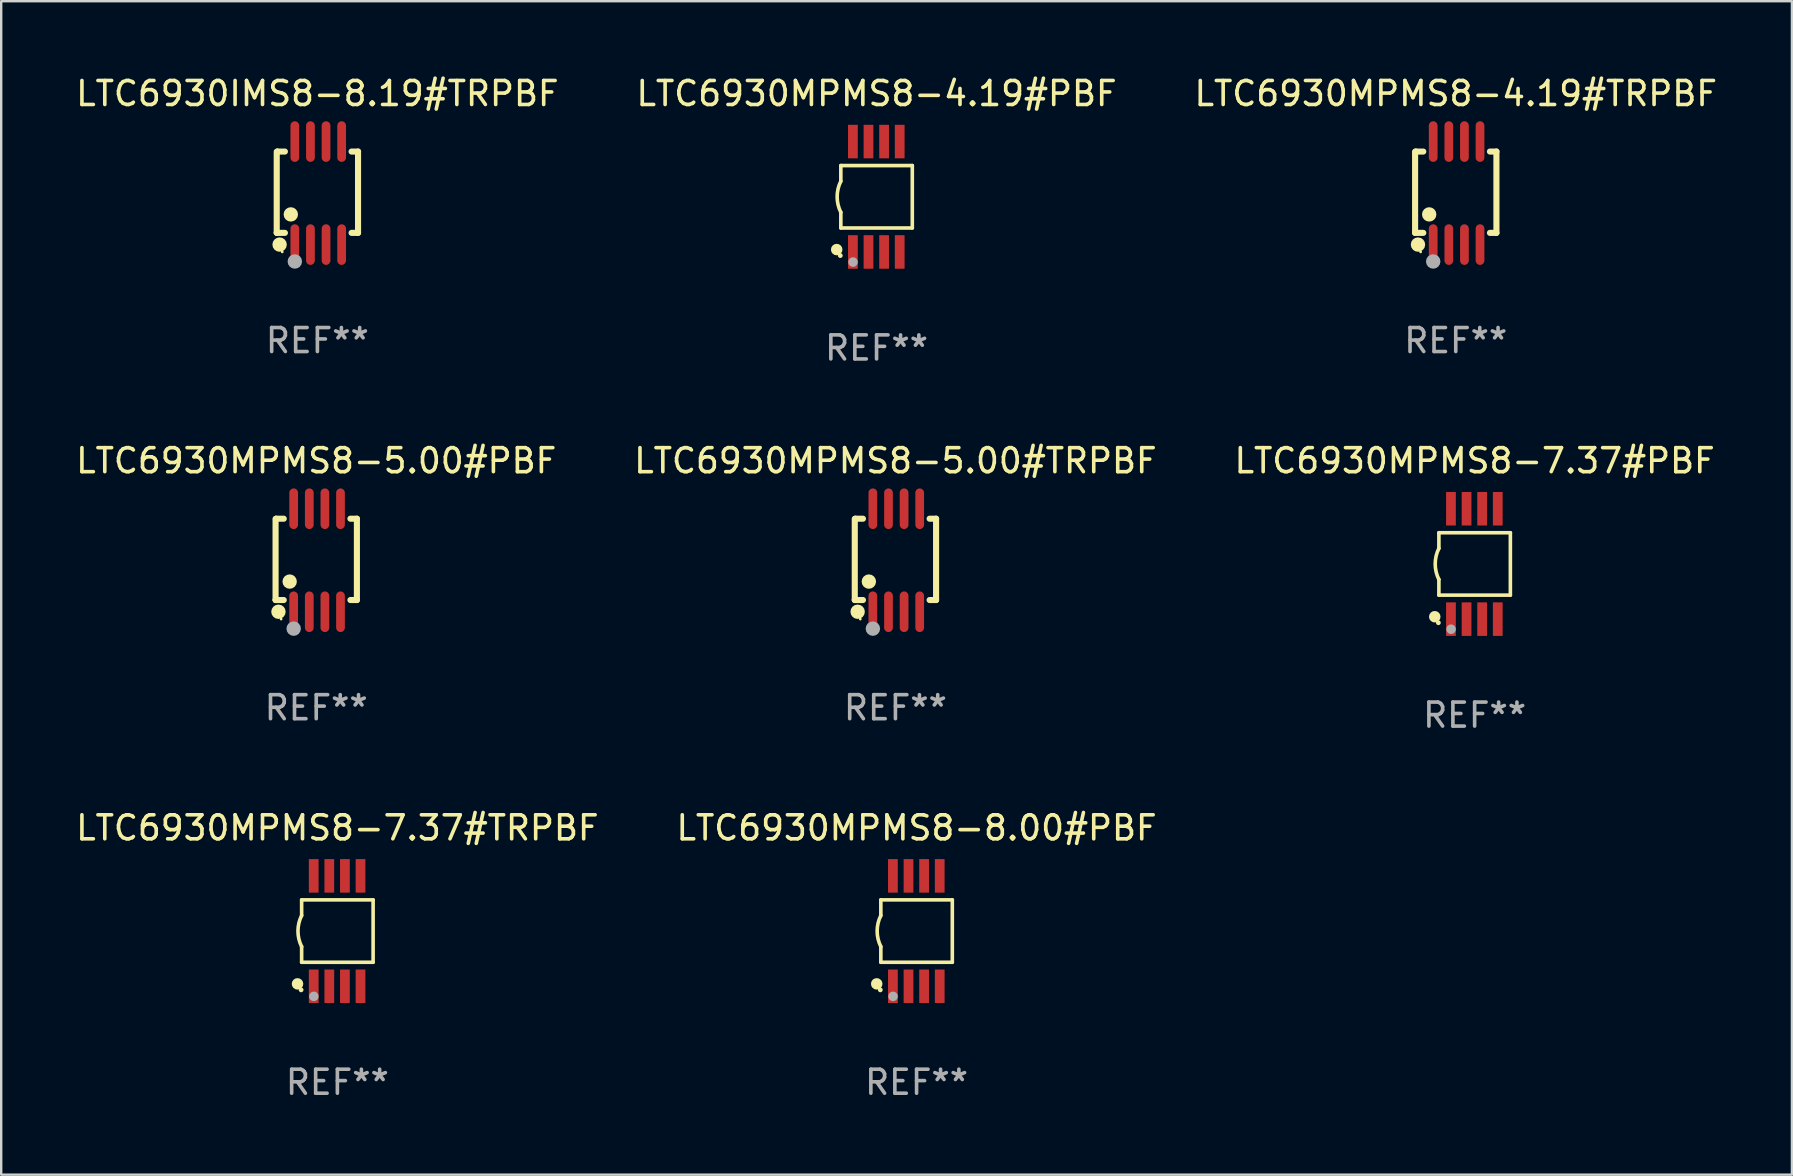
<source format=kicad_pcb>
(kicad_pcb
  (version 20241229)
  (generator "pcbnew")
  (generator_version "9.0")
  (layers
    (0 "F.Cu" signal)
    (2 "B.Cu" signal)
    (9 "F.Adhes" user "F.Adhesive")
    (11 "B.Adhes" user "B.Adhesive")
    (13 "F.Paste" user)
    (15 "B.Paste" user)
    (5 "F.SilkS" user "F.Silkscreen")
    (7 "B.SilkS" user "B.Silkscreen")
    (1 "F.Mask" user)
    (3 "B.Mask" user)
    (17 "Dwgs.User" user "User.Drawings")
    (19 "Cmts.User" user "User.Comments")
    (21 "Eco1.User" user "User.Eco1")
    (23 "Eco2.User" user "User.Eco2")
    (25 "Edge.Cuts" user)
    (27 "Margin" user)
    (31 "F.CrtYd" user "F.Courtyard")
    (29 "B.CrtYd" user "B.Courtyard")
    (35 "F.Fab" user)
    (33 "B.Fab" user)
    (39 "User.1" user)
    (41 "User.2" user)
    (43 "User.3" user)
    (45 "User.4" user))
  (footprint "LTC6930MPMS8-4.19#PBF"
    (layer "F.Cu")
    (at 33.47 5.148)
    (property "Reference" "LTC6930MPMS8-4.19#PBF" (at 0 -4.3 0) (layer "F.SilkS") (effects (font (size 1 1) (thickness 0.15))))
    (attr through_hole)
    (fp_line (start -1.489 -1.3) (end -1.489 -0.648) (stroke (width 0.15) (type solid)) (layer "F.SilkS"))
    (fp_line (start -1.489 0.648) (end -1.489 1.3) (stroke (width 0.15) (type solid)) (layer "F.SilkS"))
    (fp_line (start -1.489 1.3) (end 1.489 1.3) (stroke (width 0.15) (type solid)) (layer "F.SilkS"))
    (fp_line (start 1.489 -1.3) (end -1.489 -1.3) (stroke (width 0.15) (type solid)) (layer "F.SilkS"))
    (fp_line (start 1.489 1.3) (end 1.489 -1.3) (stroke (width 0.15) (type solid)) (layer "F.SilkS"))
    (fp_arc (start -1.489205 0.647702) (mid -1.642107 0) (end -1.489205 -0.647701) (stroke (width 0.150013) (type solid)) (layer "F.SilkS"))
    (fp_circle (center -1.661 2.2) (end -1.541 2.2) (stroke (width 0.24) (type solid)) (fill no) (layer "F.SilkS"))
    (fp_circle (center -1.511 2.45) (end -1.461 2.45) (stroke (width 0.1) (type solid)) (fill no) (layer "F.SilkS"))
    (fp_circle (center -0.981 2.72) (end -0.881 2.72) (stroke (width 0.2) (type solid)) (fill no) (layer "F.Fab"))
    (fp_text user "REF**" (at 0 6.3 0) (layer "F.Fab") (effects (font (size 1 1) (thickness 0.15))))
    (pad "1" smd rect (at -0.986 2.3) (size 0.406 1.397) (layers "F.Cu" "F.Mask" "F.Paste"))
    (pad "2" smd rect (at -0.336 2.3) (size 0.406 1.397) (layers "F.Cu" "F.Mask" "F.Paste"))
    (pad "3" smd rect (at 0.314 2.3) (size 0.406 1.397) (layers "F.Cu" "F.Mask" "F.Paste"))
    (pad "4" smd rect (at 0.964 2.3) (size 0.406 1.397) (layers "F.Cu" "F.Mask" "F.Paste"))
    (pad "5" smd rect (at 0.964 -2.3) (size 0.406 1.397) (layers "F.Cu" "F.Mask" "F.Paste"))
    (pad "6" smd rect (at 0.314 -2.3) (size 0.406 1.397) (layers "F.Cu" "F.Mask" "F.Paste"))
    (pad "7" smd rect (at -0.336 -2.3) (size 0.406 1.397) (layers "F.Cu" "F.Mask" "F.Paste"))
    (pad "8" smd rect (at -0.986 -2.3) (size 0.406 1.397) (layers "F.Cu" "F.Mask" "F.Paste")))
  (footprint "LTC6930MPMS8-8.00#PBF"
    (layer "F.Cu")
    (at 35.137 35.741)
    (property "Reference" "LTC6930MPMS8-8.00#PBF" (at 0 -4.3 0) (layer "F.SilkS") (effects (font (size 1 1) (thickness 0.15))))
    (attr through_hole)
    (fp_line (start -1.489 -1.3) (end -1.489 -0.648) (stroke (width 0.15) (type solid)) (layer "F.SilkS"))
    (fp_line (start -1.489 0.648) (end -1.489 1.3) (stroke (width 0.15) (type solid)) (layer "F.SilkS"))
    (fp_line (start -1.489 1.3) (end 1.489 1.3) (stroke (width 0.15) (type solid)) (layer "F.SilkS"))
    (fp_line (start 1.489 -1.3) (end -1.489 -1.3) (stroke (width 0.15) (type solid)) (layer "F.SilkS"))
    (fp_line (start 1.489 1.3) (end 1.489 -1.3) (stroke (width 0.15) (type solid)) (layer "F.SilkS"))
    (fp_arc (start -1.489205 0.647702) (mid -1.642107 0) (end -1.489205 -0.647701) (stroke (width 0.150013) (type solid)) (layer "F.SilkS"))
    (fp_circle (center -1.661 2.2) (end -1.541 2.2) (stroke (width 0.24) (type solid)) (fill no) (layer "F.SilkS"))
    (fp_circle (center -1.511 2.45) (end -1.461 2.45) (stroke (width 0.1) (type solid)) (fill no) (layer "F.SilkS"))
    (fp_circle (center -0.981 2.72) (end -0.881 2.72) (stroke (width 0.2) (type solid)) (fill no) (layer "F.Fab"))
    (fp_text user "REF**" (at 0 6.3 0) (layer "F.Fab") (effects (font (size 1 1) (thickness 0.15))))
    (pad "1" smd rect (at -0.986 2.3) (size 0.406 1.397) (layers "F.Cu" "F.Mask" "F.Paste"))
    (pad "2" smd rect (at -0.336 2.3) (size 0.406 1.397) (layers "F.Cu" "F.Mask" "F.Paste"))
    (pad "3" smd rect (at 0.314 2.3) (size 0.406 1.397) (layers "F.Cu" "F.Mask" "F.Paste"))
    (pad "4" smd rect (at 0.964 2.3) (size 0.406 1.397) (layers "F.Cu" "F.Mask" "F.Paste"))
    (pad "5" smd rect (at 0.964 -2.3) (size 0.406 1.397) (layers "F.Cu" "F.Mask" "F.Paste"))
    (pad "6" smd rect (at 0.314 -2.3) (size 0.406 1.397) (layers "F.Cu" "F.Mask" "F.Paste"))
    (pad "7" smd rect (at -0.336 -2.3) (size 0.406 1.397) (layers "F.Cu" "F.Mask" "F.Paste"))
    (pad "8" smd rect (at -0.986 -2.3) (size 0.406 1.397) (layers "F.Cu" "F.Mask" "F.Paste")))
  (footprint "LTC6930MPMS8-4.19#TRPBF"
    (layer "F.Cu")
    (at 57.601 4.994)
    (property "Reference" "LTC6930MPMS8-4.19#TRPBF" (at 0 -4.146 0) (layer "F.SilkS") (effects (font (size 1 1) (thickness 0.15))))
    (attr through_hole)
    (fp_line (start -1.694 -1.724) (end -1.694 1.652) (stroke (width 0.254) (type solid)) (layer "F.SilkS"))
    (fp_line (start -1.694 1.652) (end -1.688 1.658) (stroke (width 0.254) (type solid)) (layer "F.SilkS"))
    (fp_line (start -1.688 1.658) (end -1.353 1.658) (stroke (width 0.254) (type solid)) (layer "F.SilkS"))
    (fp_line (start -1.661 -1.73) (end -1.681 -1.71) (stroke (width 0.254) (type solid)) (layer "F.SilkS"))
    (fp_line (start -1.353 -1.73) (end -1.661 -1.73) (stroke (width 0.254) (type solid)) (layer "F.SilkS"))
    (fp_line (start 1.424 1.658) (end 1.694 1.658) (stroke (width 0.254) (type solid)) (layer "F.SilkS"))
    (fp_line (start 1.694 -1.73) (end 1.424 -1.73) (stroke (width 0.254) (type solid)) (layer "F.SilkS"))
    (fp_line (start 1.694 1.658) (end 1.694 -1.73) (stroke (width 0.254) (type solid)) (layer "F.SilkS"))
    (fp_circle (center -1.574 2.146) (end -1.424 2.146) (stroke (width 0.3) (type solid)) (fill no) (layer "F.SilkS"))
    (fp_circle (center -1.464 2.45) (end -1.434 2.45) (stroke (width 0.06) (type solid)) (fill no) (layer "F.SilkS"))
    (fp_circle (center -1.107 0.889) (end -0.957 0.889) (stroke (width 0.3) (type solid)) (fill no) (layer "F.SilkS"))
    (fp_circle (center -0.94 2.85) (end -0.789 2.85) (stroke (width 0.3) (type solid)) (fill no) (layer "F.Fab"))
    (fp_text user "REF**" (at 0 6.146 0) (layer "F.Fab") (effects (font (size 1 1) (thickness 0.15))))
    (pad "1" smd oval (at -0.94 2.146) (size 0.364 1.692) (layers "F.Cu" "F.Mask" "F.Paste"))
    (pad "2" smd oval (at -0.289 2.146) (size 0.364 1.692) (layers "F.Cu" "F.Mask" "F.Paste"))
    (pad "3" smd oval (at 0.361 2.146) (size 0.364 1.692) (layers "F.Cu" "F.Mask" "F.Paste"))
    (pad "4" smd oval (at 1.011 2.146) (size 0.364 1.692) (layers "F.Cu" "F.Mask" "F.Paste"))
    (pad "5" smd oval (at 1.011 -2.146) (size 0.364 1.692) (layers "F.Cu" "F.Mask" "F.Paste"))
    (pad "6" smd oval (at 0.361 -2.146) (size 0.364 1.692) (layers "F.Cu" "F.Mask" "F.Paste"))
    (pad "7" smd oval (at -0.289 -2.146) (size 0.364 1.692) (layers "F.Cu" "F.Mask" "F.Paste"))
    (pad "8" smd oval (at -0.94 -2.146) (size 0.364 1.692) (layers "F.Cu" "F.Mask" "F.Paste")))
  (footprint "LTC6930IMS8-8.19#TRPBF"
    (layer "F.Cu")
    (at 10.173 4.994)
    (property "Reference" "LTC6930IMS8-8.19#TRPBF" (at 0 -4.146 0) (layer "F.SilkS") (effects (font (size 1 1) (thickness 0.15))))
    (attr through_hole)
    (fp_line (start -1.694 -1.724) (end -1.694 1.652) (stroke (width 0.254) (type solid)) (layer "F.SilkS"))
    (fp_line (start -1.694 1.652) (end -1.688 1.658) (stroke (width 0.254) (type solid)) (layer "F.SilkS"))
    (fp_line (start -1.688 1.658) (end -1.353 1.658) (stroke (width 0.254) (type solid)) (layer "F.SilkS"))
    (fp_line (start -1.661 -1.73) (end -1.681 -1.71) (stroke (width 0.254) (type solid)) (layer "F.SilkS"))
    (fp_line (start -1.353 -1.73) (end -1.661 -1.73) (stroke (width 0.254) (type solid)) (layer "F.SilkS"))
    (fp_line (start 1.424 1.658) (end 1.694 1.658) (stroke (width 0.254) (type solid)) (layer "F.SilkS"))
    (fp_line (start 1.694 -1.73) (end 1.424 -1.73) (stroke (width 0.254) (type solid)) (layer "F.SilkS"))
    (fp_line (start 1.694 1.658) (end 1.694 -1.73) (stroke (width 0.254) (type solid)) (layer "F.SilkS"))
    (fp_circle (center -1.574 2.146) (end -1.424 2.146) (stroke (width 0.3) (type solid)) (fill no) (layer "F.SilkS"))
    (fp_circle (center -1.464 2.45) (end -1.434 2.45) (stroke (width 0.06) (type solid)) (fill no) (layer "F.SilkS"))
    (fp_circle (center -1.107 0.889) (end -0.957 0.889) (stroke (width 0.3) (type solid)) (fill no) (layer "F.SilkS"))
    (fp_circle (center -0.94 2.85) (end -0.789 2.85) (stroke (width 0.3) (type solid)) (fill no) (layer "F.Fab"))
    (fp_text user "REF**" (at 0 6.146 0) (layer "F.Fab") (effects (font (size 1 1) (thickness 0.15))))
    (pad "1" smd oval (at -0.94 2.146) (size 0.364 1.692) (layers "F.Cu" "F.Mask" "F.Paste"))
    (pad "2" smd oval (at -0.289 2.146) (size 0.364 1.692) (layers "F.Cu" "F.Mask" "F.Paste"))
    (pad "3" smd oval (at 0.361 2.146) (size 0.364 1.692) (layers "F.Cu" "F.Mask" "F.Paste"))
    (pad "4" smd oval (at 1.011 2.146) (size 0.364 1.692) (layers "F.Cu" "F.Mask" "F.Paste"))
    (pad "5" smd oval (at 1.011 -2.146) (size 0.364 1.692) (layers "F.Cu" "F.Mask" "F.Paste"))
    (pad "6" smd oval (at 0.361 -2.146) (size 0.364 1.692) (layers "F.Cu" "F.Mask" "F.Paste"))
    (pad "7" smd oval (at -0.289 -2.146) (size 0.364 1.692) (layers "F.Cu" "F.Mask" "F.Paste"))
    (pad "8" smd oval (at -0.94 -2.146) (size 0.364 1.692) (layers "F.Cu" "F.Mask" "F.Paste")))
  (footprint "LTC6930MPMS8-7.37#TRPBF"
    (layer "F.Cu")
    (at 11.006 35.741)
    (property "Reference" "LTC6930MPMS8-7.37#TRPBF" (at 0 -4.3 0) (layer "F.SilkS") (effects (font (size 1 1) (thickness 0.15))))
    (attr through_hole)
    (fp_line (start -1.489 -1.3) (end -1.489 -0.648) (stroke (width 0.15) (type solid)) (layer "F.SilkS"))
    (fp_line (start -1.489 0.648) (end -1.489 1.3) (stroke (width 0.15) (type solid)) (layer "F.SilkS"))
    (fp_line (start -1.489 1.3) (end 1.489 1.3) (stroke (width 0.15) (type solid)) (layer "F.SilkS"))
    (fp_line (start 1.489 -1.3) (end -1.489 -1.3) (stroke (width 0.15) (type solid)) (layer "F.SilkS"))
    (fp_line (start 1.489 1.3) (end 1.489 -1.3) (stroke (width 0.15) (type solid)) (layer "F.SilkS"))
    (fp_arc (start -1.489205 0.647702) (mid -1.642107 0) (end -1.489205 -0.647701) (stroke (width 0.150013) (type solid)) (layer "F.SilkS"))
    (fp_circle (center -1.661 2.2) (end -1.541 2.2) (stroke (width 0.24) (type solid)) (fill no) (layer "F.SilkS"))
    (fp_circle (center -1.511 2.45) (end -1.461 2.45) (stroke (width 0.1) (type solid)) (fill no) (layer "F.SilkS"))
    (fp_circle (center -0.981 2.72) (end -0.881 2.72) (stroke (width 0.2) (type solid)) (fill no) (layer "F.Fab"))
    (fp_text user "REF**" (at 0 6.3 0) (layer "F.Fab") (effects (font (size 1 1) (thickness 0.15))))
    (pad "1" smd rect (at -0.986 2.3) (size 0.406 1.397) (layers "F.Cu" "F.Mask" "F.Paste"))
    (pad "2" smd rect (at -0.336 2.3) (size 0.406 1.397) (layers "F.Cu" "F.Mask" "F.Paste"))
    (pad "3" smd rect (at 0.314 2.3) (size 0.406 1.397) (layers "F.Cu" "F.Mask" "F.Paste"))
    (pad "4" smd rect (at 0.964 2.3) (size 0.406 1.397) (layers "F.Cu" "F.Mask" "F.Paste"))
    (pad "5" smd rect (at 0.964 -2.3) (size 0.406 1.397) (layers "F.Cu" "F.Mask" "F.Paste"))
    (pad "6" smd rect (at 0.314 -2.3) (size 0.406 1.397) (layers "F.Cu" "F.Mask" "F.Paste"))
    (pad "7" smd rect (at -0.336 -2.3) (size 0.406 1.397) (layers "F.Cu" "F.Mask" "F.Paste"))
    (pad "8" smd rect (at -0.986 -2.3) (size 0.406 1.397) (layers "F.Cu" "F.Mask" "F.Paste")))
  (footprint "LTC6930MPMS8-7.37#PBF"
    (layer "F.Cu")
    (at 58.387 20.445)
    (property "Reference" "LTC6930MPMS8-7.37#PBF" (at 0 -4.3 0) (layer "F.SilkS") (effects (font (size 1 1) (thickness 0.15))))
    (attr through_hole)
    (fp_line (start -1.489 -1.3) (end -1.489 -0.648) (stroke (width 0.15) (type solid)) (layer "F.SilkS"))
    (fp_line (start -1.489 0.648) (end -1.489 1.3) (stroke (width 0.15) (type solid)) (layer "F.SilkS"))
    (fp_line (start -1.489 1.3) (end 1.489 1.3) (stroke (width 0.15) (type solid)) (layer "F.SilkS"))
    (fp_line (start 1.489 -1.3) (end -1.489 -1.3) (stroke (width 0.15) (type solid)) (layer "F.SilkS"))
    (fp_line (start 1.489 1.3) (end 1.489 -1.3) (stroke (width 0.15) (type solid)) (layer "F.SilkS"))
    (fp_arc (start -1.489205 0.647702) (mid -1.642107 0) (end -1.489205 -0.647701) (stroke (width 0.150013) (type solid)) (layer "F.SilkS"))
    (fp_circle (center -1.661 2.2) (end -1.541 2.2) (stroke (width 0.24) (type solid)) (fill no) (layer "F.SilkS"))
    (fp_circle (center -1.511 2.45) (end -1.461 2.45) (stroke (width 0.1) (type solid)) (fill no) (layer "F.SilkS"))
    (fp_circle (center -0.981 2.72) (end -0.881 2.72) (stroke (width 0.2) (type solid)) (fill no) (layer "F.Fab"))
    (fp_text user "REF**" (at 0 6.3 0) (layer "F.Fab") (effects (font (size 1 1) (thickness 0.15))))
    (pad "1" smd rect (at -0.986 2.3) (size 0.406 1.397) (layers "F.Cu" "F.Mask" "F.Paste"))
    (pad "2" smd rect (at -0.336 2.3) (size 0.406 1.397) (layers "F.Cu" "F.Mask" "F.Paste"))
    (pad "3" smd rect (at 0.314 2.3) (size 0.406 1.397) (layers "F.Cu" "F.Mask" "F.Paste"))
    (pad "4" smd rect (at 0.964 2.3) (size 0.406 1.397) (layers "F.Cu" "F.Mask" "F.Paste"))
    (pad "5" smd rect (at 0.964 -2.3) (size 0.406 1.397) (layers "F.Cu" "F.Mask" "F.Paste"))
    (pad "6" smd rect (at 0.314 -2.3) (size 0.406 1.397) (layers "F.Cu" "F.Mask" "F.Paste"))
    (pad "7" smd rect (at -0.336 -2.3) (size 0.406 1.397) (layers "F.Cu" "F.Mask" "F.Paste"))
    (pad "8" smd rect (at -0.986 -2.3) (size 0.406 1.397) (layers "F.Cu" "F.Mask" "F.Paste")))
  (footprint "LTC6930MPMS8-5.00#TRPBF"
    (layer "F.Cu")
    (at 34.256 20.291)
    (property "Reference" "LTC6930MPMS8-5.00#TRPBF" (at 0 -4.146 0) (layer "F.SilkS") (effects (font (size 1 1) (thickness 0.15))))
    (attr through_hole)
    (fp_line (start -1.694 -1.724) (end -1.694 1.652) (stroke (width 0.254) (type solid)) (layer "F.SilkS"))
    (fp_line (start -1.694 1.652) (end -1.688 1.658) (stroke (width 0.254) (type solid)) (layer "F.SilkS"))
    (fp_line (start -1.688 1.658) (end -1.353 1.658) (stroke (width 0.254) (type solid)) (layer "F.SilkS"))
    (fp_line (start -1.661 -1.73) (end -1.681 -1.71) (stroke (width 0.254) (type solid)) (layer "F.SilkS"))
    (fp_line (start -1.353 -1.73) (end -1.661 -1.73) (stroke (width 0.254) (type solid)) (layer "F.SilkS"))
    (fp_line (start 1.424 1.658) (end 1.694 1.658) (stroke (width 0.254) (type solid)) (layer "F.SilkS"))
    (fp_line (start 1.694 -1.73) (end 1.424 -1.73) (stroke (width 0.254) (type solid)) (layer "F.SilkS"))
    (fp_line (start 1.694 1.658) (end 1.694 -1.73) (stroke (width 0.254) (type solid)) (layer "F.SilkS"))
    (fp_circle (center -1.574 2.146) (end -1.424 2.146) (stroke (width 0.3) (type solid)) (fill no) (layer "F.SilkS"))
    (fp_circle (center -1.464 2.45) (end -1.434 2.45) (stroke (width 0.06) (type solid)) (fill no) (layer "F.SilkS"))
    (fp_circle (center -1.107 0.889) (end -0.957 0.889) (stroke (width 0.3) (type solid)) (fill no) (layer "F.SilkS"))
    (fp_circle (center -0.94 2.85) (end -0.789 2.85) (stroke (width 0.3) (type solid)) (fill no) (layer "F.Fab"))
    (fp_text user "REF**" (at 0 6.146 0) (layer "F.Fab") (effects (font (size 1 1) (thickness 0.15))))
    (pad "1" smd oval (at -0.94 2.146) (size 0.364 1.692) (layers "F.Cu" "F.Mask" "F.Paste"))
    (pad "2" smd oval (at -0.289 2.146) (size 0.364 1.692) (layers "F.Cu" "F.Mask" "F.Paste"))
    (pad "3" smd oval (at 0.361 2.146) (size 0.364 1.692) (layers "F.Cu" "F.Mask" "F.Paste"))
    (pad "4" smd oval (at 1.011 2.146) (size 0.364 1.692) (layers "F.Cu" "F.Mask" "F.Paste"))
    (pad "5" smd oval (at 1.011 -2.146) (size 0.364 1.692) (layers "F.Cu" "F.Mask" "F.Paste"))
    (pad "6" smd oval (at 0.361 -2.146) (size 0.364 1.692) (layers "F.Cu" "F.Mask" "F.Paste"))
    (pad "7" smd oval (at -0.289 -2.146) (size 0.364 1.692) (layers "F.Cu" "F.Mask" "F.Paste"))
    (pad "8" smd oval (at -0.94 -2.146) (size 0.364 1.692) (layers "F.Cu" "F.Mask" "F.Paste")))
  (footprint "LTC6930MPMS8-5.00#PBF"
    (layer "F.Cu")
    (at 10.125 20.291)
    (property "Reference" "LTC6930MPMS8-5.00#PBF" (at 0 -4.146 0) (layer "F.SilkS") (effects (font (size 1 1) (thickness 0.15))))
    (attr through_hole)
    (fp_line (start -1.694 -1.724) (end -1.694 1.652) (stroke (width 0.254) (type solid)) (layer "F.SilkS"))
    (fp_line (start -1.694 1.652) (end -1.688 1.658) (stroke (width 0.254) (type solid)) (layer "F.SilkS"))
    (fp_line (start -1.688 1.658) (end -1.353 1.658) (stroke (width 0.254) (type solid)) (layer "F.SilkS"))
    (fp_line (start -1.661 -1.73) (end -1.681 -1.71) (stroke (width 0.254) (type solid)) (layer "F.SilkS"))
    (fp_line (start -1.353 -1.73) (end -1.661 -1.73) (stroke (width 0.254) (type solid)) (layer "F.SilkS"))
    (fp_line (start 1.424 1.658) (end 1.694 1.658) (stroke (width 0.254) (type solid)) (layer "F.SilkS"))
    (fp_line (start 1.694 -1.73) (end 1.424 -1.73) (stroke (width 0.254) (type solid)) (layer "F.SilkS"))
    (fp_line (start 1.694 1.658) (end 1.694 -1.73) (stroke (width 0.254) (type solid)) (layer "F.SilkS"))
    (fp_circle (center -1.574 2.146) (end -1.424 2.146) (stroke (width 0.3) (type solid)) (fill no) (layer "F.SilkS"))
    (fp_circle (center -1.464 2.45) (end -1.434 2.45) (stroke (width 0.06) (type solid)) (fill no) (layer "F.SilkS"))
    (fp_circle (center -1.107 0.889) (end -0.957 0.889) (stroke (width 0.3) (type solid)) (fill no) (layer "F.SilkS"))
    (fp_circle (center -0.94 2.85) (end -0.789 2.85) (stroke (width 0.3) (type solid)) (fill no) (layer "F.Fab"))
    (fp_text user "REF**" (at 0 6.146 0) (layer "F.Fab") (effects (font (size 1 1) (thickness 0.15))))
    (pad "1" smd oval (at -0.94 2.146) (size 0.364 1.692) (layers "F.Cu" "F.Mask" "F.Paste"))
    (pad "2" smd oval (at -0.289 2.146) (size 0.364 1.692) (layers "F.Cu" "F.Mask" "F.Paste"))
    (pad "3" smd oval (at 0.361 2.146) (size 0.364 1.692) (layers "F.Cu" "F.Mask" "F.Paste"))
    (pad "4" smd oval (at 1.011 2.146) (size 0.364 1.692) (layers "F.Cu" "F.Mask" "F.Paste"))
    (pad "5" smd oval (at 1.011 -2.146) (size 0.364 1.692) (layers "F.Cu" "F.Mask" "F.Paste"))
    (pad "6" smd oval (at 0.361 -2.146) (size 0.364 1.692) (layers "F.Cu" "F.Mask" "F.Paste"))
    (pad "7" smd oval (at -0.289 -2.146) (size 0.364 1.692) (layers "F.Cu" "F.Mask" "F.Paste"))
    (pad "8" smd oval (at -0.94 -2.146) (size 0.364 1.692) (layers "F.Cu" "F.Mask" "F.Paste")))
  (gr_rect
    (start -3 -3)
    (end 71.607 45.889)
    (stroke (width 0.1) (type default))
    (fill no)
    (layer "Edge.Cuts")))
</source>
